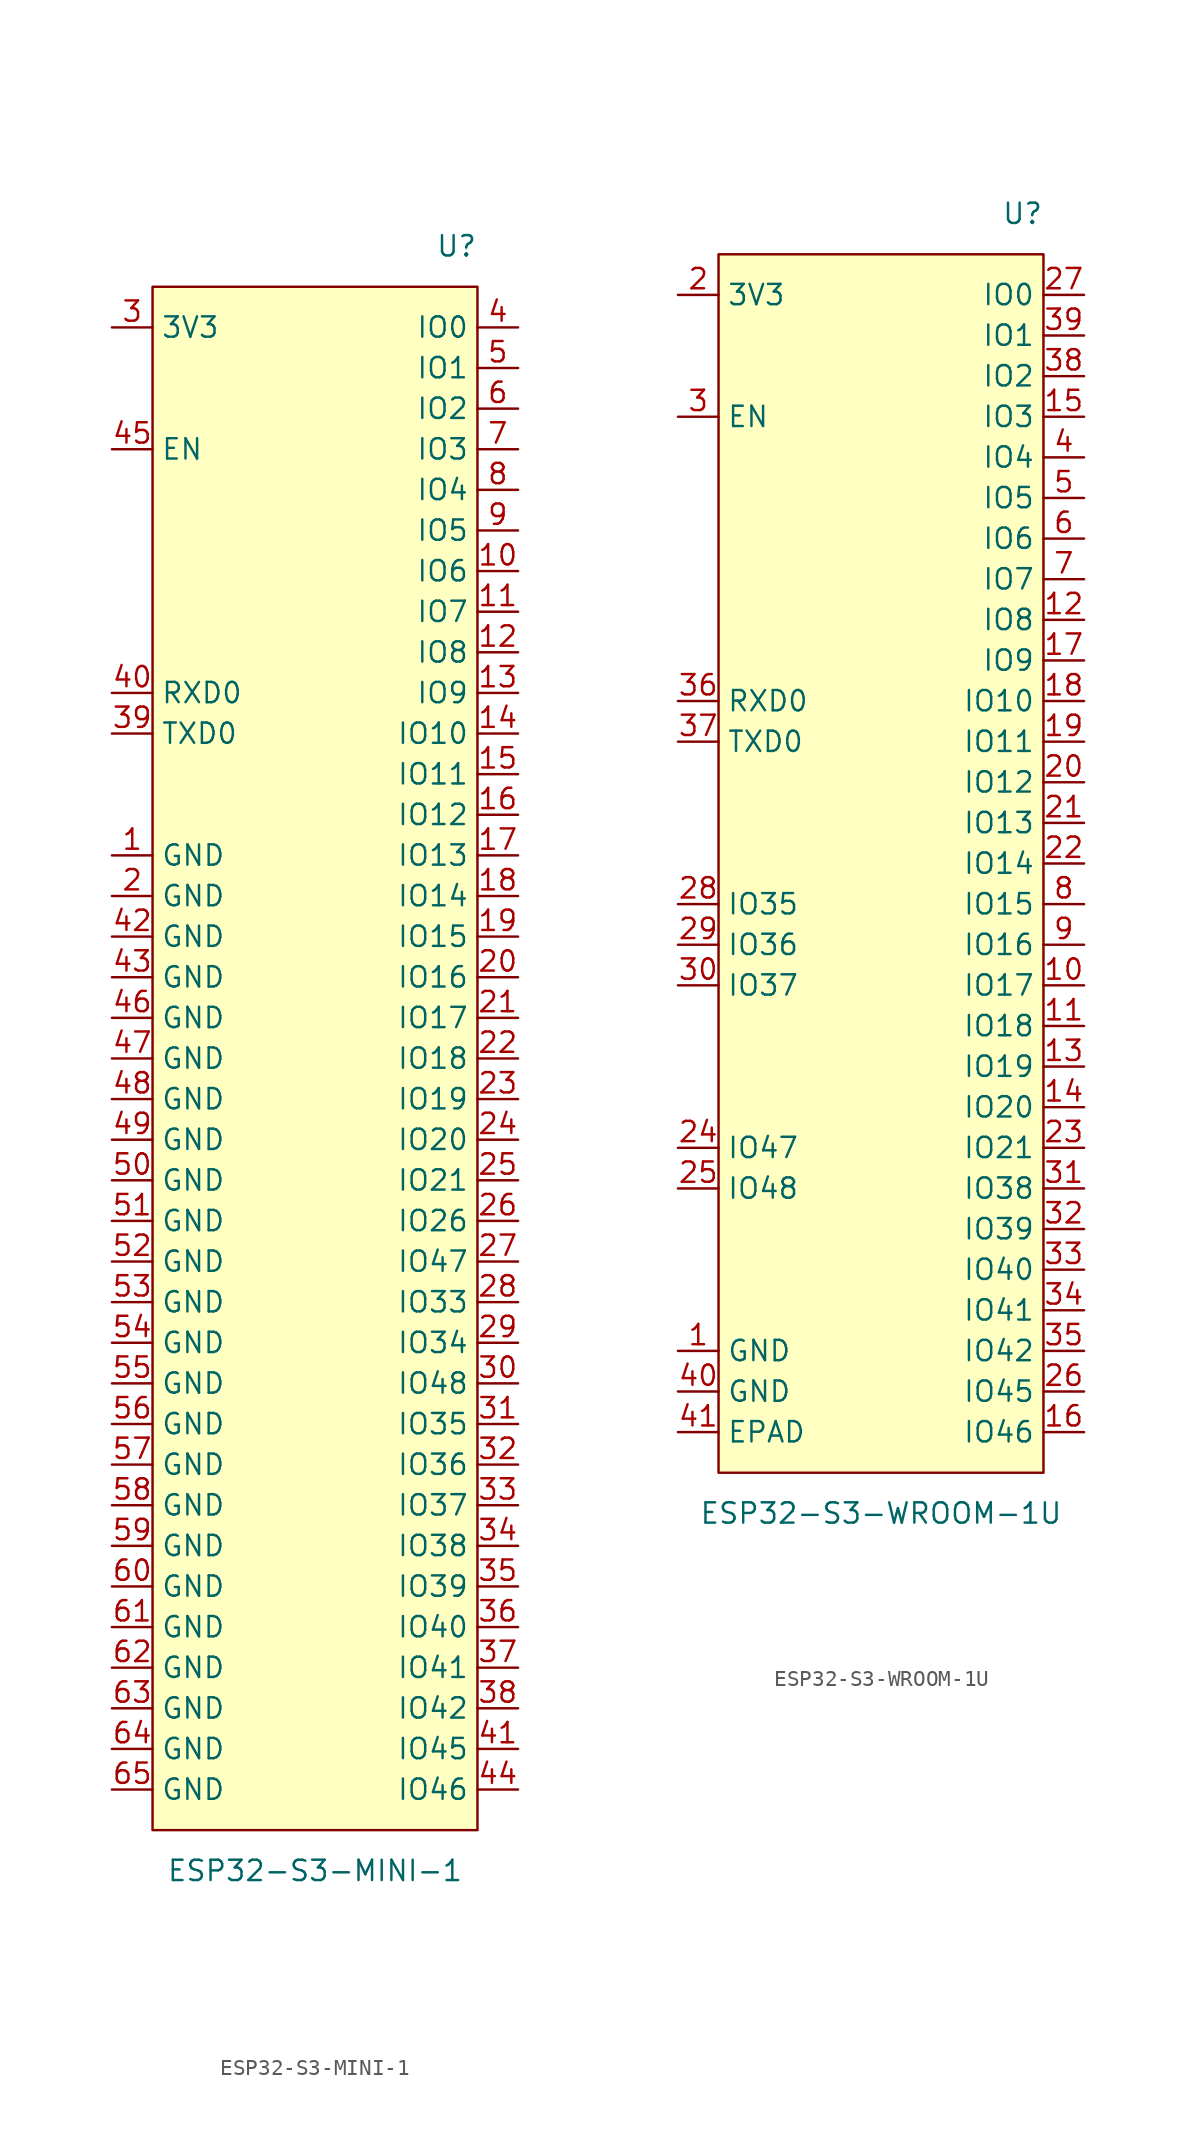
<source format=kicad_sym>
(kicad_symbol_lib
  (version 20231120)
  (generator "kicad_symbol_editor")
  (generator_version "8.0")
  (symbol "ESP32-S3-MINI-1"
    (property "Reference" "U"
      (at 10.16 50.8 0)
      (effects (font (size 1.27 1.27)) (justify right)))
    (property "Value" "ESP32-S3-MINI-1"
      (at 0 -50.8 0)
      (effects (font (size 1.27 1.27))))
    (symbol "ESP32-S3-MINI-1_0_0"
      (pin power_in line (at -12.7 12.7 0) (length 2.54) (name "GND" (effects (font (size 1.27 1.27)))) (number "1" (effects (font (size 1.27 1.27)))))
      (pin bidirectional line (at 12.7 30.48 180) (length 2.54) (name "IO6" (effects (font (size 1.27 1.27)))) (number "10" (effects (font (size 1.27 1.27)))))
      (pin bidirectional line (at 12.7 27.94 180) (length 2.54) (name "IO7" (effects (font (size 1.27 1.27)))) (number "11" (effects (font (size 1.27 1.27)))))
      (pin bidirectional line (at 12.7 25.4 180) (length 2.54) (name "IO8" (effects (font (size 1.27 1.27)))) (number "12" (effects (font (size 1.27 1.27)))))
      (pin bidirectional line (at 12.7 22.86 180) (length 2.54) (name "IO9" (effects (font (size 1.27 1.27)))) (number "13" (effects (font (size 1.27 1.27)))))
      (pin bidirectional line (at 12.7 20.32 180) (length 2.54) (name "IO10" (effects (font (size 1.27 1.27)))) (number "14" (effects (font (size 1.27 1.27)))))
      (pin bidirectional line (at 12.7 17.78 180) (length 2.54) (name "IO11" (effects (font (size 1.27 1.27)))) (number "15" (effects (font (size 1.27 1.27)))))
      (pin bidirectional line (at 12.7 15.24 180) (length 2.54) (name "IO12" (effects (font (size 1.27 1.27)))) (number "16" (effects (font (size 1.27 1.27)))))
      (pin bidirectional line (at 12.7 12.7 180) (length 2.54) (name "IO13" (effects (font (size 1.27 1.27)))) (number "17" (effects (font (size 1.27 1.27)))))
      (pin bidirectional line (at 12.7 10.16 180) (length 2.54) (name "IO14" (effects (font (size 1.27 1.27)))) (number "18" (effects (font (size 1.27 1.27)))))
      (pin bidirectional line (at 12.7 7.62 180) (length 2.54) (name "IO15" (effects (font (size 1.27 1.27)))) (number "19" (effects (font (size 1.27 1.27)))))
      (pin power_in line (at -12.7 10.16 0) (length 2.54) (name "GND" (effects (font (size 1.27 1.27)))) (number "2" (effects (font (size 1.27 1.27)))))
      (pin bidirectional line (at 12.7 5.08 180) (length 2.54) (name "IO16" (effects (font (size 1.27 1.27)))) (number "20" (effects (font (size 1.27 1.27)))))
      (pin bidirectional line (at 12.7 2.54 180) (length 2.54) (name "IO17" (effects (font (size 1.27 1.27)))) (number "21" (effects (font (size 1.27 1.27)))))
      (pin bidirectional line (at 12.7 0 180) (length 2.54) (name "IO18" (effects (font (size 1.27 1.27)))) (number "22" (effects (font (size 1.27 1.27)))))
      (pin bidirectional line (at 12.7 -2.54 180) (length 2.54) (name "IO19" (effects (font (size 1.27 1.27)))) (number "23" (effects (font (size 1.27 1.27)))))
      (pin bidirectional line (at 12.7 -5.08 180) (length 2.54) (name "IO20" (effects (font (size 1.27 1.27)))) (number "24" (effects (font (size 1.27 1.27)))))
      (pin bidirectional line (at 12.7 -7.62 180) (length 2.54) (name "IO21" (effects (font (size 1.27 1.27)))) (number "25" (effects (font (size 1.27 1.27)))))
      (pin bidirectional line (at 12.7 -10.16 180) (length 2.54) (name "IO26" (effects (font (size 1.27 1.27)))) (number "26" (effects (font (size 1.27 1.27)))))
      (pin bidirectional line (at 12.7 -12.7 180) (length 2.54) (name "IO47" (effects (font (size 1.27 1.27)))) (number "27" (effects (font (size 1.27 1.27)))))
      (pin bidirectional line (at 12.7 -15.24 180) (length 2.54) (name "IO33" (effects (font (size 1.27 1.27)))) (number "28" (effects (font (size 1.27 1.27)))))
      (pin bidirectional line (at 12.7 -17.78 180) (length 2.54) (name "IO34" (effects (font (size 1.27 1.27)))) (number "29" (effects (font (size 1.27 1.27)))))
      (pin power_in line (at -12.7 45.72 0) (length 2.54) (name "3V3" (effects (font (size 1.27 1.27)))) (number "3" (effects (font (size 1.27 1.27)))))
      (pin bidirectional line (at 12.7 -20.32 180) (length 2.54) (name "IO48" (effects (font (size 1.27 1.27)))) (number "30" (effects (font (size 1.27 1.27)))))
      (pin bidirectional line (at 12.7 -22.86 180) (length 2.54) (name "IO35" (effects (font (size 1.27 1.27)))) (number "31" (effects (font (size 1.27 1.27)))))
      (pin bidirectional line (at 12.7 -25.4 180) (length 2.54) (name "IO36" (effects (font (size 1.27 1.27)))) (number "32" (effects (font (size 1.27 1.27)))))
      (pin bidirectional line (at 12.7 -27.94 180) (length 2.54) (name "IO37" (effects (font (size 1.27 1.27)))) (number "33" (effects (font (size 1.27 1.27)))))
      (pin bidirectional line (at 12.7 -30.48 180) (length 2.54) (name "IO38" (effects (font (size 1.27 1.27)))) (number "34" (effects (font (size 1.27 1.27)))))
      (pin bidirectional line (at 12.7 -33.02 180) (length 2.54) (name "IO39" (effects (font (size 1.27 1.27)))) (number "35" (effects (font (size 1.27 1.27)))))
      (pin bidirectional line (at 12.7 -35.56 180) (length 2.54) (name "IO40" (effects (font (size 1.27 1.27)))) (number "36" (effects (font (size 1.27 1.27)))))
      (pin bidirectional line (at 12.7 -38.1 180) (length 2.54) (name "IO41" (effects (font (size 1.27 1.27)))) (number "37" (effects (font (size 1.27 1.27)))))
      (pin bidirectional line (at 12.7 -40.64 180) (length 2.54) (name "IO42" (effects (font (size 1.27 1.27)))) (number "38" (effects (font (size 1.27 1.27)))))
      (pin bidirectional line (at -12.7 20.32 0) (length 2.54) (name "TXD0" (effects (font (size 1.27 1.27)))) (number "39" (effects (font (size 1.27 1.27)))))
      (pin bidirectional line (at 12.7 45.72 180) (length 2.54) (name "IO0" (effects (font (size 1.27 1.27)))) (number "4" (effects (font (size 1.27 1.27)))))
      (pin bidirectional line (at -12.7 22.86 0) (length 2.54) (name "RXD0" (effects (font (size 1.27 1.27)))) (number "40" (effects (font (size 1.27 1.27)))))
      (pin bidirectional line (at 12.7 -43.18 180) (length 2.54) (name "IO45" (effects (font (size 1.27 1.27)))) (number "41" (effects (font (size 1.27 1.27)))))
      (pin power_in line (at -12.7 7.62 0) (length 2.54) (name "GND" (effects (font (size 1.27 1.27)))) (number "42" (effects (font (size 1.27 1.27)))))
      (pin power_in line (at -12.7 5.08 0) (length 2.54) (name "GND" (effects (font (size 1.27 1.27)))) (number "43" (effects (font (size 1.27 1.27)))))
      (pin bidirectional line (at 12.7 -45.72 180) (length 2.54) (name "IO46" (effects (font (size 1.27 1.27)))) (number "44" (effects (font (size 1.27 1.27)))))
      (pin input line (at -12.7 38.1 0) (length 2.54) (name "EN" (effects (font (size 1.27 1.27)))) (number "45" (effects (font (size 1.27 1.27)))))
      (pin power_in line (at -12.7 2.54 0) (length 2.54) (name "GND" (effects (font (size 1.27 1.27)))) (number "46" (effects (font (size 1.27 1.27)))))
      (pin power_in line (at -12.7 0 0) (length 2.54) (name "GND" (effects (font (size 1.27 1.27)))) (number "47" (effects (font (size 1.27 1.27)))))
      (pin power_in line (at -12.7 -2.54 0) (length 2.54) (name "GND" (effects (font (size 1.27 1.27)))) (number "48" (effects (font (size 1.27 1.27)))))
      (pin power_in line (at -12.7 -5.08 0) (length 2.54) (name "GND" (effects (font (size 1.27 1.27)))) (number "49" (effects (font (size 1.27 1.27)))))
      (pin bidirectional line (at 12.7 43.18 180) (length 2.54) (name "IO1" (effects (font (size 1.27 1.27)))) (number "5" (effects (font (size 1.27 1.27)))))
      (pin power_in line (at -12.7 -7.62 0) (length 2.54) (name "GND" (effects (font (size 1.27 1.27)))) (number "50" (effects (font (size 1.27 1.27)))))
      (pin power_in line (at -12.7 -10.16 0) (length 2.54) (name "GND" (effects (font (size 1.27 1.27)))) (number "51" (effects (font (size 1.27 1.27)))))
      (pin power_in line (at -12.7 -12.7 0) (length 2.54) (name "GND" (effects (font (size 1.27 1.27)))) (number "52" (effects (font (size 1.27 1.27)))))
      (pin power_in line (at -12.7 -15.24 0) (length 2.54) (name "GND" (effects (font (size 1.27 1.27)))) (number "53" (effects (font (size 1.27 1.27)))))
      (pin power_in line (at -12.7 -17.78 0) (length 2.54) (name "GND" (effects (font (size 1.27 1.27)))) (number "54" (effects (font (size 1.27 1.27)))))
      (pin power_in line (at -12.7 -20.32 0) (length 2.54) (name "GND" (effects (font (size 1.27 1.27)))) (number "55" (effects (font (size 1.27 1.27)))))
      (pin power_in line (at -12.7 -22.86 0) (length 2.54) (name "GND" (effects (font (size 1.27 1.27)))) (number "56" (effects (font (size 1.27 1.27)))))
      (pin power_in line (at -12.7 -25.4 0) (length 2.54) (name "GND" (effects (font (size 1.27 1.27)))) (number "57" (effects (font (size 1.27 1.27)))))
      (pin power_in line (at -12.7 -27.94 0) (length 2.54) (name "GND" (effects (font (size 1.27 1.27)))) (number "58" (effects (font (size 1.27 1.27)))))
      (pin power_in line (at -12.7 -30.48 0) (length 2.54) (name "GND" (effects (font (size 1.27 1.27)))) (number "59" (effects (font (size 1.27 1.27)))))
      (pin bidirectional line (at 12.7 40.64 180) (length 2.54) (name "IO2" (effects (font (size 1.27 1.27)))) (number "6" (effects (font (size 1.27 1.27)))))
      (pin power_in line (at -12.7 -33.02 0) (length 2.54) (name "GND" (effects (font (size 1.27 1.27)))) (number "60" (effects (font (size 1.27 1.27)))))
      (pin power_in line (at -12.7 -35.56 0) (length 2.54) (name "GND" (effects (font (size 1.27 1.27)))) (number "61" (effects (font (size 1.27 1.27)))))
      (pin power_in line (at -12.7 -38.1 0) (length 2.54) (name "GND" (effects (font (size 1.27 1.27)))) (number "62" (effects (font (size 1.27 1.27)))))
      (pin power_in line (at -12.7 -40.64 0) (length 2.54) (name "GND" (effects (font (size 1.27 1.27)))) (number "63" (effects (font (size 1.27 1.27)))))
      (pin power_in line (at -12.7 -43.18 0) (length 2.54) (name "GND" (effects (font (size 1.27 1.27)))) (number "64" (effects (font (size 1.27 1.27)))))
      (pin power_in line (at -12.7 -45.72 0) (length 2.54) (name "GND" (effects (font (size 1.27 1.27)))) (number "65" (effects (font (size 1.27 1.27)))))
      (pin bidirectional line (at 12.7 38.1 180) (length 2.54) (name "IO3" (effects (font (size 1.27 1.27)))) (number "7" (effects (font (size 1.27 1.27)))))
      (pin bidirectional line (at 12.7 35.56 180) (length 2.54) (name "IO4" (effects (font (size 1.27 1.27)))) (number "8" (effects (font (size 1.27 1.27)))))
      (pin bidirectional line (at 12.7 33.02 180) (length 2.54) (name "IO5" (effects (font (size 1.27 1.27)))) (number "9" (effects (font (size 1.27 1.27))))))
    (symbol "ESP32-S3-MINI-1_1_1"
      (rectangle (start -10.16 48.26) (end 10.16 -48.26) (stroke (width 0) (type default)) (fill (type background)))))
  (symbol "ESP32-S3-WROOM-1U"
    (property "Reference" "U"
      (at 10.16 40.64 0)
      (effects (font (size 1.27 1.27)) (justify right)))
    (property "Value" "ESP32-S3-WROOM-1U"
      (at 0 -40.64 0)
      (effects (font (size 1.27 1.27))))
    (symbol "ESP32-S3-WROOM-1U_0_0"
      (pin power_in line (at -12.7 -30.48 0) (length 2.54) (name "GND" (effects (font (size 1.27 1.27)))) (number "1" (effects (font (size 1.27 1.27)))))
      (pin bidirectional line (at 12.7 -7.62 180) (length 2.54) (name "IO17" (effects (font (size 1.27 1.27)))) (number "10" (effects (font (size 1.27 1.27)))))
      (pin bidirectional line (at 12.7 -10.16 180) (length 2.54) (name "IO18" (effects (font (size 1.27 1.27)))) (number "11" (effects (font (size 1.27 1.27)))))
      (pin bidirectional line (at 12.7 15.24 180) (length 2.54) (name "IO8" (effects (font (size 1.27 1.27)))) (number "12" (effects (font (size 1.27 1.27)))))
      (pin bidirectional line (at 12.7 -12.7 180) (length 2.54) (name "IO19" (effects (font (size 1.27 1.27)))) (number "13" (effects (font (size 1.27 1.27)))))
      (pin bidirectional line (at 12.7 -15.24 180) (length 2.54) (name "IO20" (effects (font (size 1.27 1.27)))) (number "14" (effects (font (size 1.27 1.27)))))
      (pin bidirectional line (at 12.7 27.94 180) (length 2.54) (name "IO3" (effects (font (size 1.27 1.27)))) (number "15" (effects (font (size 1.27 1.27)))))
      (pin bidirectional line (at 12.7 -35.56 180) (length 2.54) (name "IO46" (effects (font (size 1.27 1.27)))) (number "16" (effects (font (size 1.27 1.27)))))
      (pin bidirectional line (at 12.7 12.7 180) (length 2.54) (name "IO9" (effects (font (size 1.27 1.27)))) (number "17" (effects (font (size 1.27 1.27)))))
      (pin bidirectional line (at 12.7 10.16 180) (length 2.54) (name "IO10" (effects (font (size 1.27 1.27)))) (number "18" (effects (font (size 1.27 1.27)))))
      (pin bidirectional line (at 12.7 7.62 180) (length 2.54) (name "IO11" (effects (font (size 1.27 1.27)))) (number "19" (effects (font (size 1.27 1.27)))))
      (pin power_in line (at -12.7 35.56 0) (length 2.54) (name "3V3" (effects (font (size 1.27 1.27)))) (number "2" (effects (font (size 1.27 1.27)))))
      (pin bidirectional line (at 12.7 5.08 180) (length 2.54) (name "IO12" (effects (font (size 1.27 1.27)))) (number "20" (effects (font (size 1.27 1.27)))))
      (pin bidirectional line (at 12.7 2.54 180) (length 2.54) (name "IO13" (effects (font (size 1.27 1.27)))) (number "21" (effects (font (size 1.27 1.27)))))
      (pin bidirectional line (at 12.7 0 180) (length 2.54) (name "IO14" (effects (font (size 1.27 1.27)))) (number "22" (effects (font (size 1.27 1.27)))))
      (pin bidirectional line (at 12.7 -17.78 180) (length 2.54) (name "IO21" (effects (font (size 1.27 1.27)))) (number "23" (effects (font (size 1.27 1.27)))))
      (pin bidirectional line (at -12.7 -17.78 0) (length 2.54) (name "IO47" (effects (font (size 1.27 1.27)))) (number "24" (effects (font (size 1.27 1.27)))))
      (pin bidirectional line (at -12.7 -20.32 0) (length 2.54) (name "IO48" (effects (font (size 1.27 1.27)))) (number "25" (effects (font (size 1.27 1.27)))))
      (pin bidirectional line (at 12.7 -33.02 180) (length 2.54) (name "IO45" (effects (font (size 1.27 1.27)))) (number "26" (effects (font (size 1.27 1.27)))))
      (pin bidirectional line (at 12.7 35.56 180) (length 2.54) (name "IO0" (effects (font (size 1.27 1.27)))) (number "27" (effects (font (size 1.27 1.27)))))
      (pin bidirectional line (at -12.7 -2.54 0) (length 2.54) (name "IO35" (effects (font (size 1.27 1.27)))) (number "28" (effects (font (size 1.27 1.27)))))
      (pin bidirectional line (at -12.7 -5.08 0) (length 2.54) (name "IO36" (effects (font (size 1.27 1.27)))) (number "29" (effects (font (size 1.27 1.27)))))
      (pin input line (at -12.7 27.94 0) (length 2.54) (name "EN" (effects (font (size 1.27 1.27)))) (number "3" (effects (font (size 1.27 1.27)))))
      (pin bidirectional line (at -12.7 -7.62 0) (length 2.54) (name "IO37" (effects (font (size 1.27 1.27)))) (number "30" (effects (font (size 1.27 1.27)))))
      (pin bidirectional line (at 12.7 -20.32 180) (length 2.54) (name "IO38" (effects (font (size 1.27 1.27)))) (number "31" (effects (font (size 1.27 1.27)))))
      (pin bidirectional line (at 12.7 -22.86 180) (length 2.54) (name "IO39" (effects (font (size 1.27 1.27)))) (number "32" (effects (font (size 1.27 1.27)))))
      (pin bidirectional line (at 12.7 -25.4 180) (length 2.54) (name "IO40" (effects (font (size 1.27 1.27)))) (number "33" (effects (font (size 1.27 1.27)))))
      (pin bidirectional line (at 12.7 -27.94 180) (length 2.54) (name "IO41" (effects (font (size 1.27 1.27)))) (number "34" (effects (font (size 1.27 1.27)))))
      (pin bidirectional line (at 12.7 -30.48 180) (length 2.54) (name "IO42" (effects (font (size 1.27 1.27)))) (number "35" (effects (font (size 1.27 1.27)))))
      (pin bidirectional line (at -12.7 10.16 0) (length 2.54) (name "RXD0" (effects (font (size 1.27 1.27)))) (number "36" (effects (font (size 1.27 1.27)))))
      (pin bidirectional line (at -12.7 7.62 0) (length 2.54) (name "TXD0" (effects (font (size 1.27 1.27)))) (number "37" (effects (font (size 1.27 1.27)))))
      (pin bidirectional line (at 12.7 30.48 180) (length 2.54) (name "IO2" (effects (font (size 1.27 1.27)))) (number "38" (effects (font (size 1.27 1.27)))))
      (pin bidirectional line (at 12.7 33.02 180) (length 2.54) (name "IO1" (effects (font (size 1.27 1.27)))) (number "39" (effects (font (size 1.27 1.27)))))
      (pin bidirectional line (at 12.7 25.4 180) (length 2.54) (name "IO4" (effects (font (size 1.27 1.27)))) (number "4" (effects (font (size 1.27 1.27)))))
      (pin power_in line (at -12.7 -33.02 0) (length 2.54) (name "GND" (effects (font (size 1.27 1.27)))) (number "40" (effects (font (size 1.27 1.27)))))
      (pin power_in line (at -12.7 -35.56 0) (length 2.54) (name "EPAD" (effects (font (size 1.27 1.27)))) (number "41" (effects (font (size 1.27 1.27)))))
      (pin bidirectional line (at 12.7 22.86 180) (length 2.54) (name "IO5" (effects (font (size 1.27 1.27)))) (number "5" (effects (font (size 1.27 1.27)))))
      (pin bidirectional line (at 12.7 20.32 180) (length 2.54) (name "IO6" (effects (font (size 1.27 1.27)))) (number "6" (effects (font (size 1.27 1.27)))))
      (pin bidirectional line (at 12.7 17.78 180) (length 2.54) (name "IO7" (effects (font (size 1.27 1.27)))) (number "7" (effects (font (size 1.27 1.27)))))
      (pin bidirectional line (at 12.7 -2.54 180) (length 2.54) (name "IO15" (effects (font (size 1.27 1.27)))) (number "8" (effects (font (size 1.27 1.27)))))
      (pin bidirectional line (at 12.7 -5.08 180) (length 2.54) (name "IO16" (effects (font (size 1.27 1.27)))) (number "9" (effects (font (size 1.27 1.27))))))
    (symbol "ESP32-S3-WROOM-1U_1_1"
      (rectangle (start -10.16 38.1) (end 10.16 -38.1) (stroke (width 0) (type default)) (fill (type background))))))
</source>
